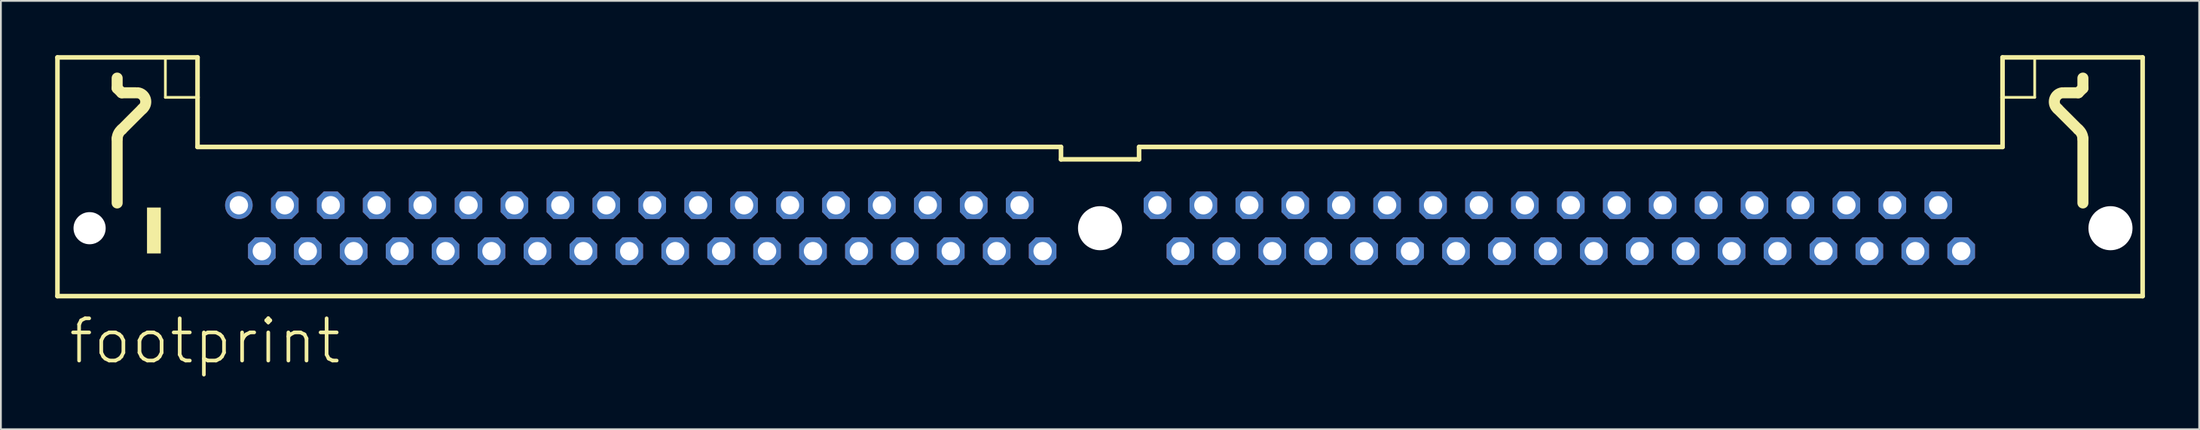
<source format=kicad_pcb>
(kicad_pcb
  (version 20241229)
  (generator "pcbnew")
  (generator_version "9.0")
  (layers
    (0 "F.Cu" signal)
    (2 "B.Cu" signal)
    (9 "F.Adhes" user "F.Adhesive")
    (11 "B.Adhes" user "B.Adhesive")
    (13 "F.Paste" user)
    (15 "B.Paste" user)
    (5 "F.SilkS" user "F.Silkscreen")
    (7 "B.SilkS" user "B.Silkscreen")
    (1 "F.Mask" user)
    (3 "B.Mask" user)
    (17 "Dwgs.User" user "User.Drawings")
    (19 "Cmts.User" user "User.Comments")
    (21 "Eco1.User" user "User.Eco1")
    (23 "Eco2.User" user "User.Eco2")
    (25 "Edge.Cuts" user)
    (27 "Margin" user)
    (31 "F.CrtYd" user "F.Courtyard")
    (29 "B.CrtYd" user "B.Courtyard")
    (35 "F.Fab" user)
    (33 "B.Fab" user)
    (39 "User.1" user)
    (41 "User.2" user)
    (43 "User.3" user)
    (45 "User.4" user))
  (footprint "footprint"
    (layer "F.Cu")
    (at 57.785 9.576)
    (property "Reference" "footprint" (at -57.15 7.62 0) (layer "F.SilkS") (effects (font (size 2.337 2.337) (thickness 0.203)) (justify left bottom)))
    (fp_line (start -57.658 -9.449) (end -57.658 3.759) (stroke (width 0.254) (type solid)) (layer "F.SilkS"))
    (fp_line (start -54.356 -8.306) (end -54.356 -7.747) (stroke (width 0.61) (type solid)) (layer "F.SilkS"))
    (fp_line (start -54.356 -7.747) (end -54.102 -7.493) (stroke (width 0.61) (type solid)) (layer "F.SilkS"))
    (fp_line (start -54.356 -1.397) (end -54.356 -4.953) (stroke (width 0.61) (type solid)) (layer "F.SilkS"))
    (fp_line (start -54.102 -7.493) (end -53.34 -7.493) (stroke (width 0.61) (type solid)) (layer "F.SilkS"))
    (fp_line (start -54.102 -5.461) (end -52.959 -6.604) (stroke (width 0.61) (type solid)) (layer "F.SilkS"))
    (fp_line (start -51.689 -7.239) (end -51.689 -9.398) (stroke (width 0.152) (type solid)) (layer "F.SilkS"))
    (fp_line (start -51.689 -7.239) (end -49.911 -7.239) (stroke (width 0.152) (type solid)) (layer "F.SilkS"))
    (fp_line (start -49.911 -9.449) (end -57.658 -9.449) (stroke (width 0.254) (type solid)) (layer "F.SilkS"))
    (fp_line (start -49.911 -7.239) (end -49.911 -9.449) (stroke (width 0.254) (type solid)) (layer "F.SilkS"))
    (fp_line (start -49.911 -4.496) (end -49.911 -7.239) (stroke (width 0.254) (type solid)) (layer "F.SilkS"))
    (fp_line (start -49.911 -4.496) (end -2.159 -4.496) (stroke (width 0.254) (type solid)) (layer "F.SilkS"))
    (fp_line (start -2.159 -4.496) (end -2.159 -3.81) (stroke (width 0.254) (type solid)) (layer "F.SilkS"))
    (fp_line (start -2.159 -3.81) (end 2.159 -3.81) (stroke (width 0.254) (type solid)) (layer "F.SilkS"))
    (fp_line (start 2.159 -4.496) (end 49.911 -4.496) (stroke (width 0.254) (type solid)) (layer "F.SilkS"))
    (fp_line (start 2.159 -3.81) (end 2.159 -4.496) (stroke (width 0.254) (type solid)) (layer "F.SilkS"))
    (fp_line (start 49.911 -9.449) (end 57.658 -9.449) (stroke (width 0.254) (type solid)) (layer "F.SilkS"))
    (fp_line (start 49.911 -7.239) (end 49.911 -9.449) (stroke (width 0.254) (type solid)) (layer "F.SilkS"))
    (fp_line (start 49.911 -4.496) (end 49.911 -7.239) (stroke (width 0.254) (type solid)) (layer "F.SilkS"))
    (fp_line (start 51.689 -7.239) (end 49.911 -7.239) (stroke (width 0.152) (type solid)) (layer "F.SilkS"))
    (fp_line (start 51.689 -7.239) (end 51.689 -9.398) (stroke (width 0.152) (type solid)) (layer "F.SilkS"))
    (fp_line (start 54.102 -7.493) (end 53.34 -7.493) (stroke (width 0.61) (type solid)) (layer "F.SilkS"))
    (fp_line (start 54.102 -5.461) (end 52.959 -6.604) (stroke (width 0.61) (type solid)) (layer "F.SilkS"))
    (fp_line (start 54.356 -8.306) (end 54.356 -7.747) (stroke (width 0.61) (type solid)) (layer "F.SilkS"))
    (fp_line (start 54.356 -7.747) (end 54.102 -7.493) (stroke (width 0.61) (type solid)) (layer "F.SilkS"))
    (fp_line (start 54.356 -1.397) (end 54.356 -4.953) (stroke (width 0.61) (type solid)) (layer "F.SilkS"))
    (fp_line (start 57.658 -9.449) (end 57.658 3.759) (stroke (width 0.254) (type solid)) (layer "F.SilkS"))
    (fp_line (start 57.658 3.759) (end -57.658 3.759) (stroke (width 0.254) (type solid)) (layer "F.SilkS"))
    (fp_arc (start -54.356 -4.953) (mid -54.282902 -5.233951) (end -54.102 -5.461) (stroke (width 0.6096) (type solid)) (layer "F.SilkS"))
    (fp_arc (start -53.213 -7.493) (mid -52.792832 -7.132221) (end -52.958899 -6.603899) (stroke (width 0.6096) (type solid)) (layer "F.SilkS"))
    (fp_arc (start 52.959 -6.604) (mid 52.792945 -7.132189) (end 53.213 -7.492899) (stroke (width 0.6096) (type solid)) (layer "F.SilkS"))
    (fp_arc (start 54.102 -5.461) (mid 54.282902 -5.233951) (end 54.356 -4.953) (stroke (width 0.6096) (type solid)) (layer "F.SilkS"))
    (fp_poly (pts (xy -52.705 1.397) (xy -51.943 1.397) (xy -51.943 -1.143) (xy -52.705 -1.143)) (stroke (width 0) (type solid)) (fill yes) (layer "F.SilkS"))
    (pad "" np_thru_hole circle (at -55.88 0) (size 1.778 1.778) (drill 1.778) (layers "*.Cu" "*.Mask"))
    (pad "" np_thru_hole circle (at 0 0) (size 2.438 2.438) (drill 2.438) (layers "*.Cu" "*.Mask"))
    (pad "" np_thru_hole circle (at 55.88 0) (size 2.438 2.438) (drill 2.438) (layers "*.Cu" "*.Mask"))
    (pad "1" thru_hole circle (at -47.625 -1.27) (size 1.524 1.524) (drill 1.016) (layers "*.Cu" "*.Mask"))
    (pad "2" thru_hole roundrect (at -46.355 1.27) (size 1.524 1.524) (drill 1.016) (layers "*.Cu" "*.Mask") (roundrect_rratio 0.25) (chamfer_ratio 0.25) (chamfer top_left top_right bottom_left bottom_right))
    (pad "3" thru_hole roundrect (at -45.085 -1.27) (size 1.524 1.524) (drill 1.016) (layers "*.Cu" "*.Mask") (roundrect_rratio 0.25) (chamfer_ratio 0.25) (chamfer top_left top_right bottom_left bottom_right))
    (pad "4" thru_hole roundrect (at -43.815 1.27) (size 1.524 1.524) (drill 1.016) (layers "*.Cu" "*.Mask") (roundrect_rratio 0.25) (chamfer_ratio 0.25) (chamfer top_left top_right bottom_left bottom_right))
    (pad "5" thru_hole roundrect (at -42.545 -1.27) (size 1.524 1.524) (drill 1.016) (layers "*.Cu" "*.Mask") (roundrect_rratio 0.25) (chamfer_ratio 0.25) (chamfer top_left top_right bottom_left bottom_right))
    (pad "6" thru_hole roundrect (at -41.275 1.27) (size 1.524 1.524) (drill 1.016) (layers "*.Cu" "*.Mask") (roundrect_rratio 0.25) (chamfer_ratio 0.25) (chamfer top_left top_right bottom_left bottom_right))
    (pad "7" thru_hole roundrect (at -40.005 -1.27) (size 1.524 1.524) (drill 1.016) (layers "*.Cu" "*.Mask") (roundrect_rratio 0.25) (chamfer_ratio 0.25) (chamfer top_left top_right bottom_left bottom_right))
    (pad "8" thru_hole roundrect (at -38.735 1.27) (size 1.524 1.524) (drill 1.016) (layers "*.Cu" "*.Mask") (roundrect_rratio 0.25) (chamfer_ratio 0.25) (chamfer top_left top_right bottom_left bottom_right))
    (pad "9" thru_hole roundrect (at -37.465 -1.27) (size 1.524 1.524) (drill 1.016) (layers "*.Cu" "*.Mask") (roundrect_rratio 0.25) (chamfer_ratio 0.25) (chamfer top_left top_right bottom_left bottom_right))
    (pad "10" thru_hole roundrect (at -36.195 1.27) (size 1.524 1.524) (drill 1.016) (layers "*.Cu" "*.Mask") (roundrect_rratio 0.25) (chamfer_ratio 0.25) (chamfer top_left top_right bottom_left bottom_right))
    (pad "11" thru_hole roundrect (at -34.925 -1.27) (size 1.524 1.524) (drill 1.016) (layers "*.Cu" "*.Mask") (roundrect_rratio 0.25) (chamfer_ratio 0.25) (chamfer top_left top_right bottom_left bottom_right))
    (pad "12" thru_hole roundrect (at -33.655 1.27) (size 1.524 1.524) (drill 1.016) (layers "*.Cu" "*.Mask") (roundrect_rratio 0.25) (chamfer_ratio 0.25) (chamfer top_left top_right bottom_left bottom_right))
    (pad "13" thru_hole roundrect (at -32.385 -1.27) (size 1.524 1.524) (drill 1.016) (layers "*.Cu" "*.Mask") (roundrect_rratio 0.25) (chamfer_ratio 0.25) (chamfer top_left top_right bottom_left bottom_right))
    (pad "14" thru_hole roundrect (at -31.115 1.27) (size 1.524 1.524) (drill 1.016) (layers "*.Cu" "*.Mask") (roundrect_rratio 0.25) (chamfer_ratio 0.25) (chamfer top_left top_right bottom_left bottom_right))
    (pad "15" thru_hole roundrect (at -29.845 -1.27) (size 1.524 1.524) (drill 1.016) (layers "*.Cu" "*.Mask") (roundrect_rratio 0.25) (chamfer_ratio 0.25) (chamfer top_left top_right bottom_left bottom_right))
    (pad "16" thru_hole roundrect (at -28.575 1.27) (size 1.524 1.524) (drill 1.016) (layers "*.Cu" "*.Mask") (roundrect_rratio 0.25) (chamfer_ratio 0.25) (chamfer top_left top_right bottom_left bottom_right))
    (pad "17" thru_hole roundrect (at -27.305 -1.27) (size 1.524 1.524) (drill 1.016) (layers "*.Cu" "*.Mask") (roundrect_rratio 0.25) (chamfer_ratio 0.25) (chamfer top_left top_right bottom_left bottom_right))
    (pad "18" thru_hole roundrect (at -26.035 1.27) (size 1.524 1.524) (drill 1.016) (layers "*.Cu" "*.Mask") (roundrect_rratio 0.25) (chamfer_ratio 0.25) (chamfer top_left top_right bottom_left bottom_right))
    (pad "19" thru_hole roundrect (at -24.765 -1.27) (size 1.524 1.524) (drill 1.016) (layers "*.Cu" "*.Mask") (roundrect_rratio 0.25) (chamfer_ratio 0.25) (chamfer top_left top_right bottom_left bottom_right))
    (pad "20" thru_hole roundrect (at -23.495 1.27) (size 1.524 1.524) (drill 1.016) (layers "*.Cu" "*.Mask") (roundrect_rratio 0.25) (chamfer_ratio 0.25) (chamfer top_left top_right bottom_left bottom_right))
    (pad "21" thru_hole roundrect (at -22.225 -1.27) (size 1.524 1.524) (drill 1.016) (layers "*.Cu" "*.Mask") (roundrect_rratio 0.25) (chamfer_ratio 0.25) (chamfer top_left top_right bottom_left bottom_right))
    (pad "22" thru_hole roundrect (at -20.955 1.27) (size 1.524 1.524) (drill 1.016) (layers "*.Cu" "*.Mask") (roundrect_rratio 0.25) (chamfer_ratio 0.25) (chamfer top_left top_right bottom_left bottom_right))
    (pad "23" thru_hole roundrect (at -19.685 -1.27) (size 1.524 1.524) (drill 1.016) (layers "*.Cu" "*.Mask") (roundrect_rratio 0.25) (chamfer_ratio 0.25) (chamfer top_left top_right bottom_left bottom_right))
    (pad "24" thru_hole roundrect (at -18.415 1.27) (size 1.524 1.524) (drill 1.016) (layers "*.Cu" "*.Mask") (roundrect_rratio 0.25) (chamfer_ratio 0.25) (chamfer top_left top_right bottom_left bottom_right))
    (pad "25" thru_hole roundrect (at -17.145 -1.27) (size 1.524 1.524) (drill 1.016) (layers "*.Cu" "*.Mask") (roundrect_rratio 0.25) (chamfer_ratio 0.25) (chamfer top_left top_right bottom_left bottom_right))
    (pad "26" thru_hole roundrect (at -15.875 1.27) (size 1.524 1.524) (drill 1.016) (layers "*.Cu" "*.Mask") (roundrect_rratio 0.25) (chamfer_ratio 0.25) (chamfer top_left top_right bottom_left bottom_right))
    (pad "27" thru_hole roundrect (at -14.605 -1.27) (size 1.524 1.524) (drill 1.016) (layers "*.Cu" "*.Mask") (roundrect_rratio 0.25) (chamfer_ratio 0.25) (chamfer top_left top_right bottom_left bottom_right))
    (pad "28" thru_hole roundrect (at -13.335 1.27) (size 1.524 1.524) (drill 1.016) (layers "*.Cu" "*.Mask") (roundrect_rratio 0.25) (chamfer_ratio 0.25) (chamfer top_left top_right bottom_left bottom_right))
    (pad "29" thru_hole roundrect (at -12.065 -1.27) (size 1.524 1.524) (drill 1.016) (layers "*.Cu" "*.Mask") (roundrect_rratio 0.25) (chamfer_ratio 0.25) (chamfer top_left top_right bottom_left bottom_right))
    (pad "30" thru_hole roundrect (at -10.795 1.27) (size 1.524 1.524) (drill 1.016) (layers "*.Cu" "*.Mask") (roundrect_rratio 0.25) (chamfer_ratio 0.25) (chamfer top_left top_right bottom_left bottom_right))
    (pad "31" thru_hole roundrect (at -9.525 -1.27) (size 1.524 1.524) (drill 1.016) (layers "*.Cu" "*.Mask") (roundrect_rratio 0.25) (chamfer_ratio 0.25) (chamfer top_left top_right bottom_left bottom_right))
    (pad "32" thru_hole roundrect (at -8.255 1.27) (size 1.524 1.524) (drill 1.016) (layers "*.Cu" "*.Mask") (roundrect_rratio 0.25) (chamfer_ratio 0.25) (chamfer top_left top_right bottom_left bottom_right))
    (pad "33" thru_hole roundrect (at -6.985 -1.27) (size 1.524 1.524) (drill 1.016) (layers "*.Cu" "*.Mask") (roundrect_rratio 0.25) (chamfer_ratio 0.25) (chamfer top_left top_right bottom_left bottom_right))
    (pad "34" thru_hole roundrect (at -5.715 1.27) (size 1.524 1.524) (drill 1.016) (layers "*.Cu" "*.Mask") (roundrect_rratio 0.25) (chamfer_ratio 0.25) (chamfer top_left top_right bottom_left bottom_right))
    (pad "35" thru_hole roundrect (at -4.445 -1.27) (size 1.524 1.524) (drill 1.016) (layers "*.Cu" "*.Mask") (roundrect_rratio 0.25) (chamfer_ratio 0.25) (chamfer top_left top_right bottom_left bottom_right))
    (pad "36" thru_hole roundrect (at -3.175 1.27) (size 1.524 1.524) (drill 1.016) (layers "*.Cu" "*.Mask") (roundrect_rratio 0.25) (chamfer_ratio 0.25) (chamfer top_left top_right bottom_left bottom_right))
    (pad "37" thru_hole roundrect (at 3.175 -1.27) (size 1.524 1.524) (drill 1.016) (layers "*.Cu" "*.Mask") (roundrect_rratio 0.25) (chamfer_ratio 0.25) (chamfer top_left top_right bottom_left bottom_right))
    (pad "38" thru_hole roundrect (at 4.445 1.27) (size 1.524 1.524) (drill 1.016) (layers "*.Cu" "*.Mask") (roundrect_rratio 0.25) (chamfer_ratio 0.25) (chamfer top_left top_right bottom_left bottom_right))
    (pad "39" thru_hole roundrect (at 5.715 -1.27) (size 1.524 1.524) (drill 1.016) (layers "*.Cu" "*.Mask") (roundrect_rratio 0.25) (chamfer_ratio 0.25) (chamfer top_left top_right bottom_left bottom_right))
    (pad "40" thru_hole roundrect (at 6.985 1.27) (size 1.524 1.524) (drill 1.016) (layers "*.Cu" "*.Mask") (roundrect_rratio 0.25) (chamfer_ratio 0.25) (chamfer top_left top_right bottom_left bottom_right))
    (pad "41" thru_hole roundrect (at 8.255 -1.27) (size 1.524 1.524) (drill 1.016) (layers "*.Cu" "*.Mask") (roundrect_rratio 0.25) (chamfer_ratio 0.25) (chamfer top_left top_right bottom_left bottom_right))
    (pad "42" thru_hole roundrect (at 9.525 1.27) (size 1.524 1.524) (drill 1.016) (layers "*.Cu" "*.Mask") (roundrect_rratio 0.25) (chamfer_ratio 0.25) (chamfer top_left top_right bottom_left bottom_right))
    (pad "43" thru_hole roundrect (at 10.795 -1.27) (size 1.524 1.524) (drill 1.016) (layers "*.Cu" "*.Mask") (roundrect_rratio 0.25) (chamfer_ratio 0.25) (chamfer top_left top_right bottom_left bottom_right))
    (pad "44" thru_hole roundrect (at 12.065 1.27) (size 1.524 1.524) (drill 1.016) (layers "*.Cu" "*.Mask") (roundrect_rratio 0.25) (chamfer_ratio 0.25) (chamfer top_left top_right bottom_left bottom_right))
    (pad "45" thru_hole roundrect (at 13.335 -1.27) (size 1.524 1.524) (drill 1.016) (layers "*.Cu" "*.Mask") (roundrect_rratio 0.25) (chamfer_ratio 0.25) (chamfer top_left top_right bottom_left bottom_right))
    (pad "46" thru_hole roundrect (at 14.605 1.27) (size 1.524 1.524) (drill 1.016) (layers "*.Cu" "*.Mask") (roundrect_rratio 0.25) (chamfer_ratio 0.25) (chamfer top_left top_right bottom_left bottom_right))
    (pad "47" thru_hole roundrect (at 15.875 -1.27) (size 1.524 1.524) (drill 1.016) (layers "*.Cu" "*.Mask") (roundrect_rratio 0.25) (chamfer_ratio 0.25) (chamfer top_left top_right bottom_left bottom_right))
    (pad "48" thru_hole roundrect (at 17.145 1.27) (size 1.524 1.524) (drill 1.016) (layers "*.Cu" "*.Mask") (roundrect_rratio 0.25) (chamfer_ratio 0.25) (chamfer top_left top_right bottom_left bottom_right))
    (pad "49" thru_hole roundrect (at 18.415 -1.27) (size 1.524 1.524) (drill 1.016) (layers "*.Cu" "*.Mask") (roundrect_rratio 0.25) (chamfer_ratio 0.25) (chamfer top_left top_right bottom_left bottom_right))
    (pad "50" thru_hole roundrect (at 19.685 1.27) (size 1.524 1.524) (drill 1.016) (layers "*.Cu" "*.Mask") (roundrect_rratio 0.25) (chamfer_ratio 0.25) (chamfer top_left top_right bottom_left bottom_right))
    (pad "51" thru_hole roundrect (at 20.955 -1.27) (size 1.524 1.524) (drill 1.016) (layers "*.Cu" "*.Mask") (roundrect_rratio 0.25) (chamfer_ratio 0.25) (chamfer top_left top_right bottom_left bottom_right))
    (pad "52" thru_hole roundrect (at 22.225 1.27) (size 1.524 1.524) (drill 1.016) (layers "*.Cu" "*.Mask") (roundrect_rratio 0.25) (chamfer_ratio 0.25) (chamfer top_left top_right bottom_left bottom_right))
    (pad "53" thru_hole roundrect (at 23.495 -1.27) (size 1.524 1.524) (drill 1.016) (layers "*.Cu" "*.Mask") (roundrect_rratio 0.25) (chamfer_ratio 0.25) (chamfer top_left top_right bottom_left bottom_right))
    (pad "54" thru_hole roundrect (at 24.765 1.27) (size 1.524 1.524) (drill 1.016) (layers "*.Cu" "*.Mask") (roundrect_rratio 0.25) (chamfer_ratio 0.25) (chamfer top_left top_right bottom_left bottom_right))
    (pad "55" thru_hole roundrect (at 26.035 -1.27) (size 1.524 1.524) (drill 1.016) (layers "*.Cu" "*.Mask") (roundrect_rratio 0.25) (chamfer_ratio 0.25) (chamfer top_left top_right bottom_left bottom_right))
    (pad "56" thru_hole roundrect (at 27.305 1.27) (size 1.524 1.524) (drill 1.016) (layers "*.Cu" "*.Mask") (roundrect_rratio 0.25) (chamfer_ratio 0.25) (chamfer top_left top_right bottom_left bottom_right))
    (pad "57" thru_hole roundrect (at 28.575 -1.27) (size 1.524 1.524) (drill 1.016) (layers "*.Cu" "*.Mask") (roundrect_rratio 0.25) (chamfer_ratio 0.25) (chamfer top_left top_right bottom_left bottom_right))
    (pad "58" thru_hole roundrect (at 29.845 1.27) (size 1.524 1.524) (drill 1.016) (layers "*.Cu" "*.Mask") (roundrect_rratio 0.25) (chamfer_ratio 0.25) (chamfer top_left top_right bottom_left bottom_right))
    (pad "59" thru_hole roundrect (at 31.115 -1.27) (size 1.524 1.524) (drill 1.016) (layers "*.Cu" "*.Mask") (roundrect_rratio 0.25) (chamfer_ratio 0.25) (chamfer top_left top_right bottom_left bottom_right))
    (pad "60" thru_hole roundrect (at 32.385 1.27) (size 1.524 1.524) (drill 1.016) (layers "*.Cu" "*.Mask") (roundrect_rratio 0.25) (chamfer_ratio 0.25) (chamfer top_left top_right bottom_left bottom_right))
    (pad "61" thru_hole roundrect (at 33.655 -1.27) (size 1.524 1.524) (drill 1.016) (layers "*.Cu" "*.Mask") (roundrect_rratio 0.25) (chamfer_ratio 0.25) (chamfer top_left top_right bottom_left bottom_right))
    (pad "62" thru_hole roundrect (at 34.925 1.27) (size 1.524 1.524) (drill 1.016) (layers "*.Cu" "*.Mask") (roundrect_rratio 0.25) (chamfer_ratio 0.25) (chamfer top_left top_right bottom_left bottom_right))
    (pad "63" thru_hole roundrect (at 36.195 -1.27) (size 1.524 1.524) (drill 1.016) (layers "*.Cu" "*.Mask") (roundrect_rratio 0.25) (chamfer_ratio 0.25) (chamfer top_left top_right bottom_left bottom_right))
    (pad "64" thru_hole roundrect (at 37.465 1.27) (size 1.524 1.524) (drill 1.016) (layers "*.Cu" "*.Mask") (roundrect_rratio 0.25) (chamfer_ratio 0.25) (chamfer top_left top_right bottom_left bottom_right))
    (pad "65" thru_hole roundrect (at 38.735 -1.27) (size 1.524 1.524) (drill 1.016) (layers "*.Cu" "*.Mask") (roundrect_rratio 0.25) (chamfer_ratio 0.25) (chamfer top_left top_right bottom_left bottom_right))
    (pad "66" thru_hole roundrect (at 40.005 1.27) (size 1.524 1.524) (drill 1.016) (layers "*.Cu" "*.Mask") (roundrect_rratio 0.25) (chamfer_ratio 0.25) (chamfer top_left top_right bottom_left bottom_right))
    (pad "67" thru_hole roundrect (at 41.275 -1.27) (size 1.524 1.524) (drill 1.016) (layers "*.Cu" "*.Mask") (roundrect_rratio 0.25) (chamfer_ratio 0.25) (chamfer top_left top_right bottom_left bottom_right))
    (pad "68" thru_hole roundrect (at 42.545 1.27) (size 1.524 1.524) (drill 1.016) (layers "*.Cu" "*.Mask") (roundrect_rratio 0.25) (chamfer_ratio 0.25) (chamfer top_left top_right bottom_left bottom_right))
    (pad "69" thru_hole roundrect (at 43.815 -1.27) (size 1.524 1.524) (drill 1.016) (layers "*.Cu" "*.Mask") (roundrect_rratio 0.25) (chamfer_ratio 0.25) (chamfer top_left top_right bottom_left bottom_right))
    (pad "70" thru_hole roundrect (at 45.085 1.27) (size 1.524 1.524) (drill 1.016) (layers "*.Cu" "*.Mask") (roundrect_rratio 0.25) (chamfer_ratio 0.25) (chamfer top_left top_right bottom_left bottom_right))
    (pad "71" thru_hole roundrect (at 46.355 -1.27) (size 1.524 1.524) (drill 1.016) (layers "*.Cu" "*.Mask") (roundrect_rratio 0.25) (chamfer_ratio 0.25) (chamfer top_left top_right bottom_left bottom_right))
    (pad "72" thru_hole roundrect (at 47.625 1.27) (size 1.524 1.524) (drill 1.016) (layers "*.Cu" "*.Mask") (roundrect_rratio 0.25) (chamfer_ratio 0.25) (chamfer top_left top_right bottom_left bottom_right)))
  (gr_rect
    (start -3 -3)
    (end 118.57 20.697)
    (stroke (width 0.1) (type default))
    (fill no)
    (layer "Edge.Cuts")))
</source>
